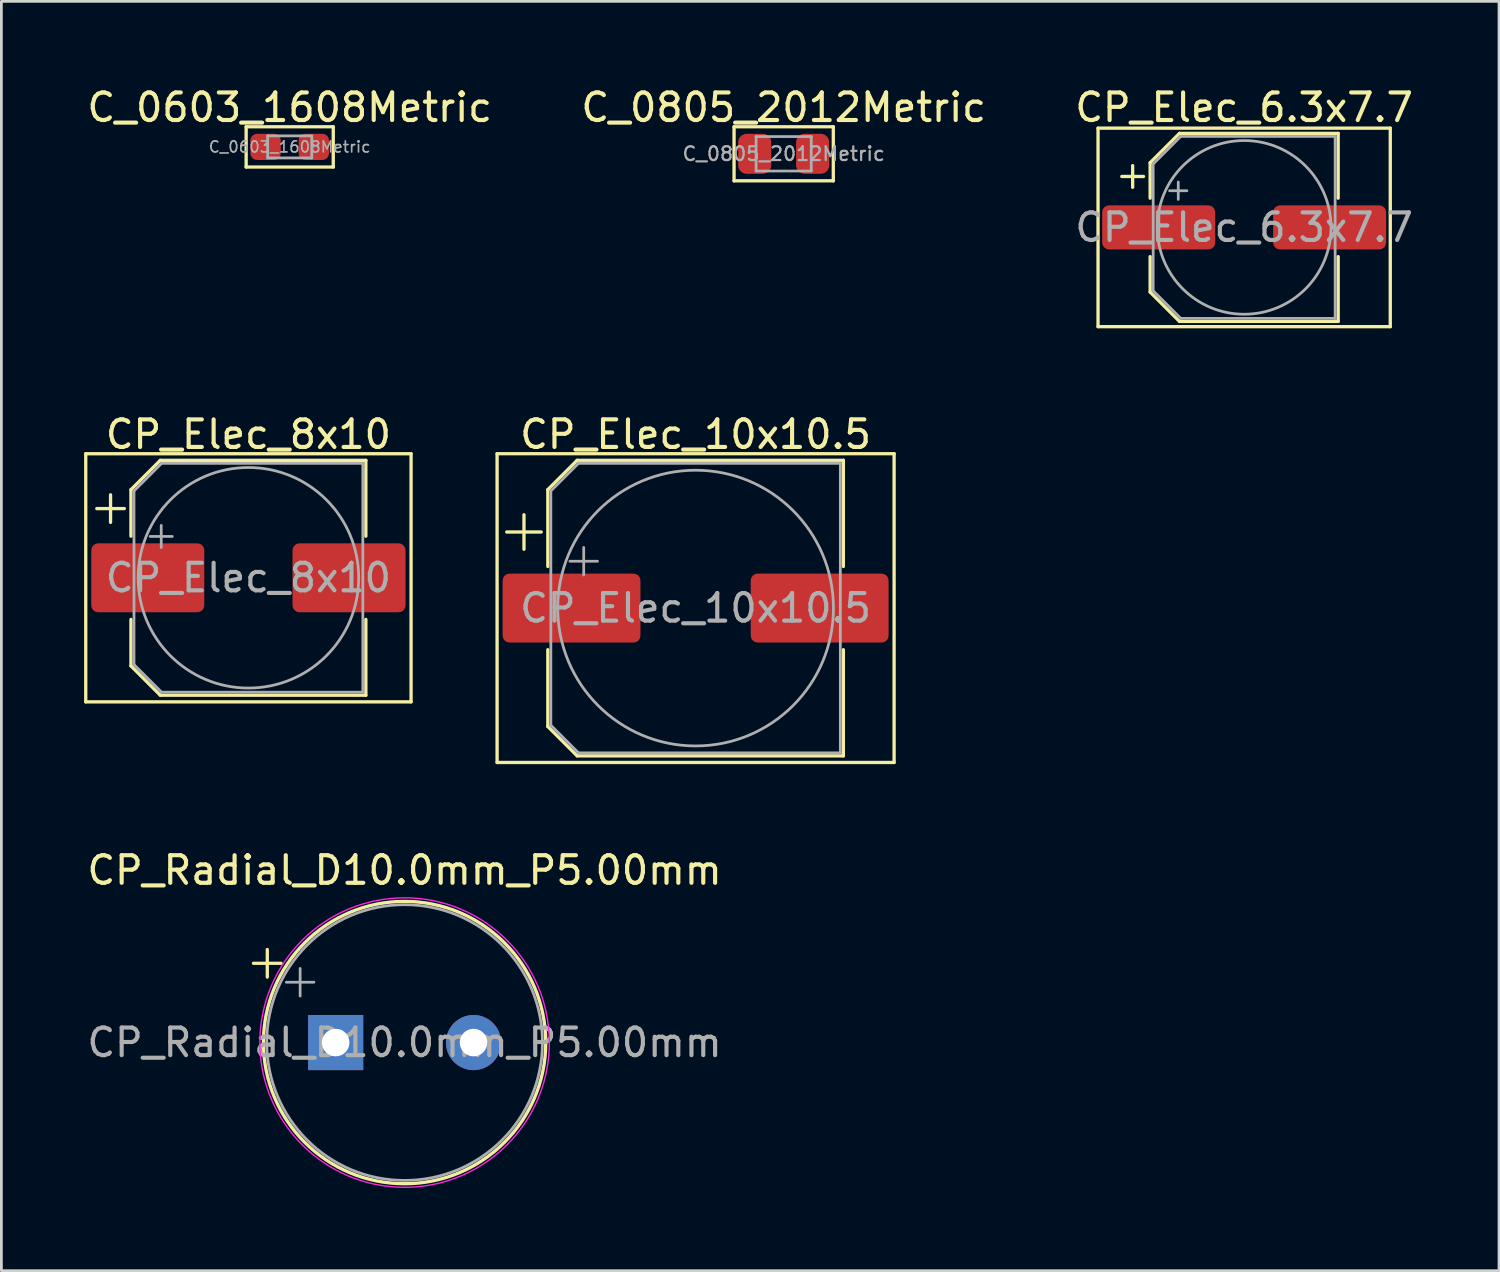
<source format=kicad_pcb>
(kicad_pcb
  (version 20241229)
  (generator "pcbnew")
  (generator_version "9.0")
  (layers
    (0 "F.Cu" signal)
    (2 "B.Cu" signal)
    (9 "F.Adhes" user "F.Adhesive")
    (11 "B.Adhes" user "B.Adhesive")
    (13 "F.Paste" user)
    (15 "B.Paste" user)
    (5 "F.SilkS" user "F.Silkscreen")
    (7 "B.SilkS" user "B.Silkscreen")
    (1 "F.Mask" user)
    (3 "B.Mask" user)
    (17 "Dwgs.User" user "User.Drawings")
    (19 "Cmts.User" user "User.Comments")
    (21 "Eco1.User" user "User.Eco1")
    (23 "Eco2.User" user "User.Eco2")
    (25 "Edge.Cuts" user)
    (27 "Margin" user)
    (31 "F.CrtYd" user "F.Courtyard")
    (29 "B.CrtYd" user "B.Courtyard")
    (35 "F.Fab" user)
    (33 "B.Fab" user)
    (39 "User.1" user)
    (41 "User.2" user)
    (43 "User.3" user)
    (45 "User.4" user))
  (footprint "CP_Elec_10x10.5"
    (layer "F.Cu")
    (at 22.18 19.006)
    (property "Reference" "CP_Elec_10x10.5" (at 0 -6.3 0) (layer "F.SilkS") (effects (font (size 1 1) (thickness 0.15))))
    (attr smd)
    (fp_line (start -7.2 -5.6) (end -7.2 5.6) (stroke (width 0.12) (type solid)) (layer "F.SilkS"))
    (fp_line (start -6.85 -2.76) (end -5.6 -2.76) (stroke (width 0.12) (type solid)) (layer "F.SilkS"))
    (fp_line (start -6.225 -3.385) (end -6.225 -2.135) (stroke (width 0.12) (type solid)) (layer "F.SilkS"))
    (fp_line (start -5.36 -4.296) (end -5.36 -1.51) (stroke (width 0.12) (type solid)) (layer "F.SilkS"))
    (fp_line (start -5.36 -4.296) (end -4.296 -5.36) (stroke (width 0.12) (type solid)) (layer "F.SilkS"))
    (fp_line (start -5.36 4.296) (end -5.36 1.51) (stroke (width 0.12) (type solid)) (layer "F.SilkS"))
    (fp_line (start -5.36 4.296) (end -4.296 5.36) (stroke (width 0.12) (type solid)) (layer "F.SilkS"))
    (fp_line (start -4.296 -5.36) (end 5.36 -5.36) (stroke (width 0.12) (type solid)) (layer "F.SilkS"))
    (fp_line (start -4.296 5.36) (end 5.36 5.36) (stroke (width 0.12) (type solid)) (layer "F.SilkS"))
    (fp_line (start 5.36 -5.36) (end 5.36 -1.51) (stroke (width 0.12) (type solid)) (layer "F.SilkS"))
    (fp_line (start 5.36 5.36) (end 5.36 1.51) (stroke (width 0.12) (type solid)) (layer "F.SilkS"))
    (fp_line (start 7.2 -5.6) (end -7.2 -5.6) (stroke (width 0.12) (type solid)) (layer "F.SilkS"))
    (fp_line (start 7.2 -5.6) (end 7.2 5.6) (stroke (width 0.12) (type solid)) (layer "F.SilkS"))
    (fp_line (start 7.2 5.6) (end -7.2 5.6) (stroke (width 0.12) (type solid)) (layer "F.SilkS"))
    (fp_line (start -5.25 -4.25) (end -5.25 4.25) (stroke (width 0.1) (type solid)) (layer "F.Fab"))
    (fp_line (start -5.25 -4.25) (end -4.25 -5.25) (stroke (width 0.1) (type solid)) (layer "F.Fab"))
    (fp_line (start -5.25 4.25) (end -4.25 5.25) (stroke (width 0.1) (type solid)) (layer "F.Fab"))
    (fp_line (start -4.558 -1.7) (end -3.558 -1.7) (stroke (width 0.1) (type solid)) (layer "F.Fab"))
    (fp_line (start -4.25 -5.25) (end 5.25 -5.25) (stroke (width 0.1) (type solid)) (layer "F.Fab"))
    (fp_line (start -4.25 5.25) (end 5.25 5.25) (stroke (width 0.1) (type solid)) (layer "F.Fab"))
    (fp_line (start -4.058 -2.2) (end -4.058 -1.2) (stroke (width 0.1) (type solid)) (layer "F.Fab"))
    (fp_line (start 5.25 -5.25) (end 5.25 5.25) (stroke (width 0.1) (type solid)) (layer "F.Fab"))
    (fp_circle (center 0 0) (end 5 0) (stroke (width 0.1) (type solid)) (fill no) (layer "F.Fab"))
    (fp_text user "${REFERENCE}" (at 0 0 0) (layer "F.Fab") (effects (font (size 1 1) (thickness 0.15))))
    (pad "1" smd roundrect (at -4.5 0) (size 5 2.5) (layers "F.Cu" "F.Mask" "F.Paste") (roundrect_rratio 0.1))
    (pad "2" smd roundrect (at 4.5 0) (size 5 2.5) (layers "F.Cu" "F.Mask" "F.Paste") (roundrect_rratio 0.1)))
  (footprint "CP_Elec_6.3x7.7"
    (layer "F.Cu")
    (at 42.077 5.198)
    (property "Reference" "CP_Elec_6.3x7.7" (at 0 -4.35 0) (layer "F.SilkS") (effects (font (size 1 1) (thickness 0.15))))
    (attr smd)
    (fp_line (start -5.3 -3.6) (end -5.3 3.6) (stroke (width 0.12) (type solid)) (layer "F.SilkS"))
    (fp_line (start -4.438 -1.847) (end -3.65 -1.847) (stroke (width 0.12) (type solid)) (layer "F.SilkS"))
    (fp_line (start -4.044 -2.241) (end -4.044 -1.454) (stroke (width 0.12) (type solid)) (layer "F.SilkS"))
    (fp_line (start -3.41 -2.346) (end -3.41 -1.06) (stroke (width 0.12) (type solid)) (layer "F.SilkS"))
    (fp_line (start -3.41 -2.346) (end -2.346 -3.41) (stroke (width 0.12) (type solid)) (layer "F.SilkS"))
    (fp_line (start -3.41 2.346) (end -3.41 1.06) (stroke (width 0.12) (type solid)) (layer "F.SilkS"))
    (fp_line (start -3.41 2.346) (end -2.346 3.41) (stroke (width 0.12) (type solid)) (layer "F.SilkS"))
    (fp_line (start -2.346 -3.41) (end 3.41 -3.41) (stroke (width 0.12) (type solid)) (layer "F.SilkS"))
    (fp_line (start -2.346 3.41) (end 3.41 3.41) (stroke (width 0.12) (type solid)) (layer "F.SilkS"))
    (fp_line (start 3.41 -3.41) (end 3.41 -1.06) (stroke (width 0.12) (type solid)) (layer "F.SilkS"))
    (fp_line (start 3.41 3.41) (end 3.41 1.06) (stroke (width 0.12) (type solid)) (layer "F.SilkS"))
    (fp_line (start 5.3 -3.6) (end -5.3 -3.6) (stroke (width 0.12) (type solid)) (layer "F.SilkS"))
    (fp_line (start 5.3 -3.6) (end 5.3 3.6) (stroke (width 0.12) (type solid)) (layer "F.SilkS"))
    (fp_line (start 5.3 3.6) (end -5.3 3.6) (stroke (width 0.12) (type solid)) (layer "F.SilkS"))
    (fp_line (start -3.3 -2.3) (end -3.3 2.3) (stroke (width 0.1) (type solid)) (layer "F.Fab"))
    (fp_line (start -3.3 -2.3) (end -2.3 -3.3) (stroke (width 0.1) (type solid)) (layer "F.Fab"))
    (fp_line (start -3.3 2.3) (end -2.3 3.3) (stroke (width 0.1) (type solid)) (layer "F.Fab"))
    (fp_line (start -2.705 -1.33) (end -2.075 -1.33) (stroke (width 0.1) (type solid)) (layer "F.Fab"))
    (fp_line (start -2.39 -1.645) (end -2.39 -1.015) (stroke (width 0.1) (type solid)) (layer "F.Fab"))
    (fp_line (start -2.3 -3.3) (end 3.3 -3.3) (stroke (width 0.1) (type solid)) (layer "F.Fab"))
    (fp_line (start -2.3 3.3) (end 3.3 3.3) (stroke (width 0.1) (type solid)) (layer "F.Fab"))
    (fp_line (start 3.3 -3.3) (end 3.3 3.3) (stroke (width 0.1) (type solid)) (layer "F.Fab"))
    (fp_circle (center 0 0) (end 3.15 0) (stroke (width 0.1) (type solid)) (fill no) (layer "F.Fab"))
    (fp_text user "${REFERENCE}" (at 0 0 0) (layer "F.Fab") (effects (font (size 1 1) (thickness 0.15))))
    (pad "1" smd roundrect (at -3.1 0) (size 4.1 1.6) (layers "F.Cu" "F.Mask" "F.Paste") (roundrect_rratio 0.156))
    (pad "2" smd roundrect (at 3.1 0) (size 4.1 1.6) (layers "F.Cu" "F.Mask" "F.Paste") (roundrect_rratio 0.156)))
  (footprint "C_0805_2012Metric"
    (layer "F.Cu")
    (at 25.375 2.528)
    (property "Reference" "C_0805_2012Metric" (at 0 -1.68 0) (layer "F.SilkS") (effects (font (size 1 1) (thickness 0.15))))
    (attr smd)
    (fp_line (start -1.8 -0.98) (end 1.8 -0.98) (stroke (width 0.12) (type solid)) (layer "F.SilkS"))
    (fp_line (start -1.8 0.98) (end -1.8 -0.98) (stroke (width 0.12) (type solid)) (layer "F.SilkS"))
    (fp_line (start 1.8 -0.98) (end 1.8 0.98) (stroke (width 0.12) (type solid)) (layer "F.SilkS"))
    (fp_line (start 1.8 0.98) (end -1.8 0.98) (stroke (width 0.12) (type solid)) (layer "F.SilkS"))
    (fp_line (start -1 -0.625) (end 1 -0.625) (stroke (width 0.1) (type solid)) (layer "F.Fab"))
    (fp_line (start -1 0.625) (end -1 -0.625) (stroke (width 0.1) (type solid)) (layer "F.Fab"))
    (fp_line (start 1 -0.625) (end 1 0.625) (stroke (width 0.1) (type solid)) (layer "F.Fab"))
    (fp_line (start 1 0.625) (end -1 0.625) (stroke (width 0.1) (type solid)) (layer "F.Fab"))
    (fp_text user "${REFERENCE}" (at 0 0 0) (layer "F.Fab") (effects (font (size 0.5 0.5) (thickness 0.08))))
    (pad "1" smd roundrect (at -1.05 0) (size 1.2 1.45) (layers "F.Cu" "F.Mask" "F.Paste") (roundrect_rratio 0.25))
    (pad "2" smd roundrect (at 1.05 0) (size 1.2 1.45) (layers "F.Cu" "F.Mask" "F.Paste") (roundrect_rratio 0.25)))
  (footprint "CP_Radial_D10.0mm_P5.00mm"
    (layer "F.Cu")
    (at 9.125 34.765)
    (property "Reference" "CP_Radial_D10.0mm_P5.00mm" (at 2.5 -6.25 0) (layer "F.SilkS") (effects (font (size 1 1) (thickness 0.15))))
    (attr through_hole)
    (fp_line (start -2.98 -2.875) (end -1.98 -2.875) (stroke (width 0.12) (type solid)) (layer "F.SilkS"))
    (fp_line (start -2.48 -3.375) (end -2.48 -2.375) (stroke (width 0.12) (type solid)) (layer "F.SilkS"))
    (fp_circle (center 2.5 0) (end 7.62 0) (stroke (width 0.12) (type solid)) (fill no) (layer "F.SilkS"))
    (fp_circle (center 2.5 0) (end 7.75 0) (stroke (width 0.05) (type solid)) (fill no) (layer "F.CrtYd"))
    (fp_line (start -1.789 -2.188) (end -0.789 -2.188) (stroke (width 0.1) (type solid)) (layer "F.Fab"))
    (fp_line (start -1.289 -2.688) (end -1.289 -1.688) (stroke (width 0.1) (type solid)) (layer "F.Fab"))
    (fp_circle (center 2.5 0) (end 7.5 0) (stroke (width 0.1) (type solid)) (fill no) (layer "F.Fab"))
    (fp_text user "${REFERENCE}" (at 2.5 0 0) (layer "F.Fab") (effects (font (size 1 1) (thickness 0.15))))
    (pad "1" thru_hole rect (at 0 0) (size 2 2) (drill 1) (layers "*.Cu" "*.Mask"))
    (pad "2" thru_hole circle (at 5 0) (size 2 2) (drill 1) (layers "*.Cu" "*.Mask")))
  (footprint "C_0603_1608Metric"
    (layer "F.Cu")
    (at 7.458 2.278)
    (property "Reference" "C_0603_1608Metric" (at 0 -1.43 0) (layer "F.SilkS") (effects (font (size 1 1) (thickness 0.15))))
    (attr smd)
    (fp_line (start -1.58 -0.73) (end 1.58 -0.73) (stroke (width 0.12) (type solid)) (layer "F.SilkS"))
    (fp_line (start -1.58 0.73) (end -1.58 -0.73) (stroke (width 0.12) (type solid)) (layer "F.SilkS"))
    (fp_line (start 1.58 -0.73) (end 1.58 0.73) (stroke (width 0.12) (type solid)) (layer "F.SilkS"))
    (fp_line (start 1.58 0.73) (end -1.58 0.73) (stroke (width 0.12) (type solid)) (layer "F.SilkS"))
    (fp_line (start -0.8 -0.4) (end 0.8 -0.4) (stroke (width 0.1) (type solid)) (layer "F.Fab"))
    (fp_line (start -0.8 0.4) (end -0.8 -0.4) (stroke (width 0.1) (type solid)) (layer "F.Fab"))
    (fp_line (start 0.8 -0.4) (end 0.8 0.4) (stroke (width 0.1) (type solid)) (layer "F.Fab"))
    (fp_line (start 0.8 0.4) (end -0.8 0.4) (stroke (width 0.1) (type solid)) (layer "F.Fab"))
    (fp_text user "${REFERENCE}" (at 0 0 0) (layer "F.Fab") (effects (font (size 0.4 0.4) (thickness 0.06))))
    (pad "1" smd roundrect (at -0.875 0) (size 1.1 0.95) (layers "F.Cu" "F.Mask" "F.Paste") (roundrect_rratio 0.25))
    (pad "2" smd roundrect (at 0.875 0) (size 1.1 0.95) (layers "F.Cu" "F.Mask" "F.Paste") (roundrect_rratio 0.25)))
  (footprint "CP_Elec_8x10"
    (layer "F.Cu")
    (at 5.96 17.907)
    (property "Reference" "CP_Elec_8x10" (at 0 -5.2 0) (layer "F.SilkS") (effects (font (size 1 1) (thickness 0.15))))
    (attr smd)
    (fp_line (start -5.9 -4.5) (end -5.9 4.5) (stroke (width 0.12) (type solid)) (layer "F.SilkS"))
    (fp_line (start -5.5 -2.51) (end -4.5 -2.51) (stroke (width 0.12) (type solid)) (layer "F.SilkS"))
    (fp_line (start -5 -3.01) (end -5 -2.01) (stroke (width 0.12) (type solid)) (layer "F.SilkS"))
    (fp_line (start -4.26 -3.196) (end -4.26 -1.51) (stroke (width 0.12) (type solid)) (layer "F.SilkS"))
    (fp_line (start -4.26 -3.196) (end -3.196 -4.26) (stroke (width 0.12) (type solid)) (layer "F.SilkS"))
    (fp_line (start -4.26 3.196) (end -4.26 1.51) (stroke (width 0.12) (type solid)) (layer "F.SilkS"))
    (fp_line (start -4.26 3.196) (end -3.196 4.26) (stroke (width 0.12) (type solid)) (layer "F.SilkS"))
    (fp_line (start -3.196 -4.26) (end 4.26 -4.26) (stroke (width 0.12) (type solid)) (layer "F.SilkS"))
    (fp_line (start -3.196 4.26) (end 4.26 4.26) (stroke (width 0.12) (type solid)) (layer "F.SilkS"))
    (fp_line (start 4.26 -4.26) (end 4.26 -1.51) (stroke (width 0.12) (type solid)) (layer "F.SilkS"))
    (fp_line (start 4.26 4.26) (end 4.26 1.51) (stroke (width 0.12) (type solid)) (layer "F.SilkS"))
    (fp_line (start 5.9 -4.5) (end -5.9 -4.5) (stroke (width 0.12) (type solid)) (layer "F.SilkS"))
    (fp_line (start 5.9 -4.5) (end 5.9 4.5) (stroke (width 0.12) (type solid)) (layer "F.SilkS"))
    (fp_line (start 5.9 4.5) (end -5.9 4.5) (stroke (width 0.12) (type solid)) (layer "F.SilkS"))
    (fp_line (start -4.15 -3.15) (end -4.15 3.15) (stroke (width 0.1) (type solid)) (layer "F.Fab"))
    (fp_line (start -4.15 -3.15) (end -3.15 -4.15) (stroke (width 0.1) (type solid)) (layer "F.Fab"))
    (fp_line (start -4.15 3.15) (end -3.15 4.15) (stroke (width 0.1) (type solid)) (layer "F.Fab"))
    (fp_line (start -3.562 -1.5) (end -2.762 -1.5) (stroke (width 0.1) (type solid)) (layer "F.Fab"))
    (fp_line (start -3.162 -1.9) (end -3.162 -1.1) (stroke (width 0.1) (type solid)) (layer "F.Fab"))
    (fp_line (start -3.15 -4.15) (end 4.15 -4.15) (stroke (width 0.1) (type solid)) (layer "F.Fab"))
    (fp_line (start -3.15 4.15) (end 4.15 4.15) (stroke (width 0.1) (type solid)) (layer "F.Fab"))
    (fp_line (start 4.15 -4.15) (end 4.15 4.15) (stroke (width 0.1) (type solid)) (layer "F.Fab"))
    (fp_circle (center 0 0) (end 4 0) (stroke (width 0.1) (type solid)) (fill no) (layer "F.Fab"))
    (fp_text user "${REFERENCE}" (at 0 0 0) (layer "F.Fab") (effects (font (size 1 1) (thickness 0.15))))
    (pad "1" smd roundrect (at -3.65 0) (size 4.1 2.5) (layers "F.Cu" "F.Mask" "F.Paste") (roundrect_rratio 0.1))
    (pad "2" smd roundrect (at 3.65 0) (size 4.1 2.5) (layers "F.Cu" "F.Mask" "F.Paste") (roundrect_rratio 0.1)))
  (gr_rect
    (start -3 -3)
    (end 51.321 43.04)
    (stroke (width 0.1) (type default))
    (fill no)
    (layer "Edge.Cuts")))
</source>
